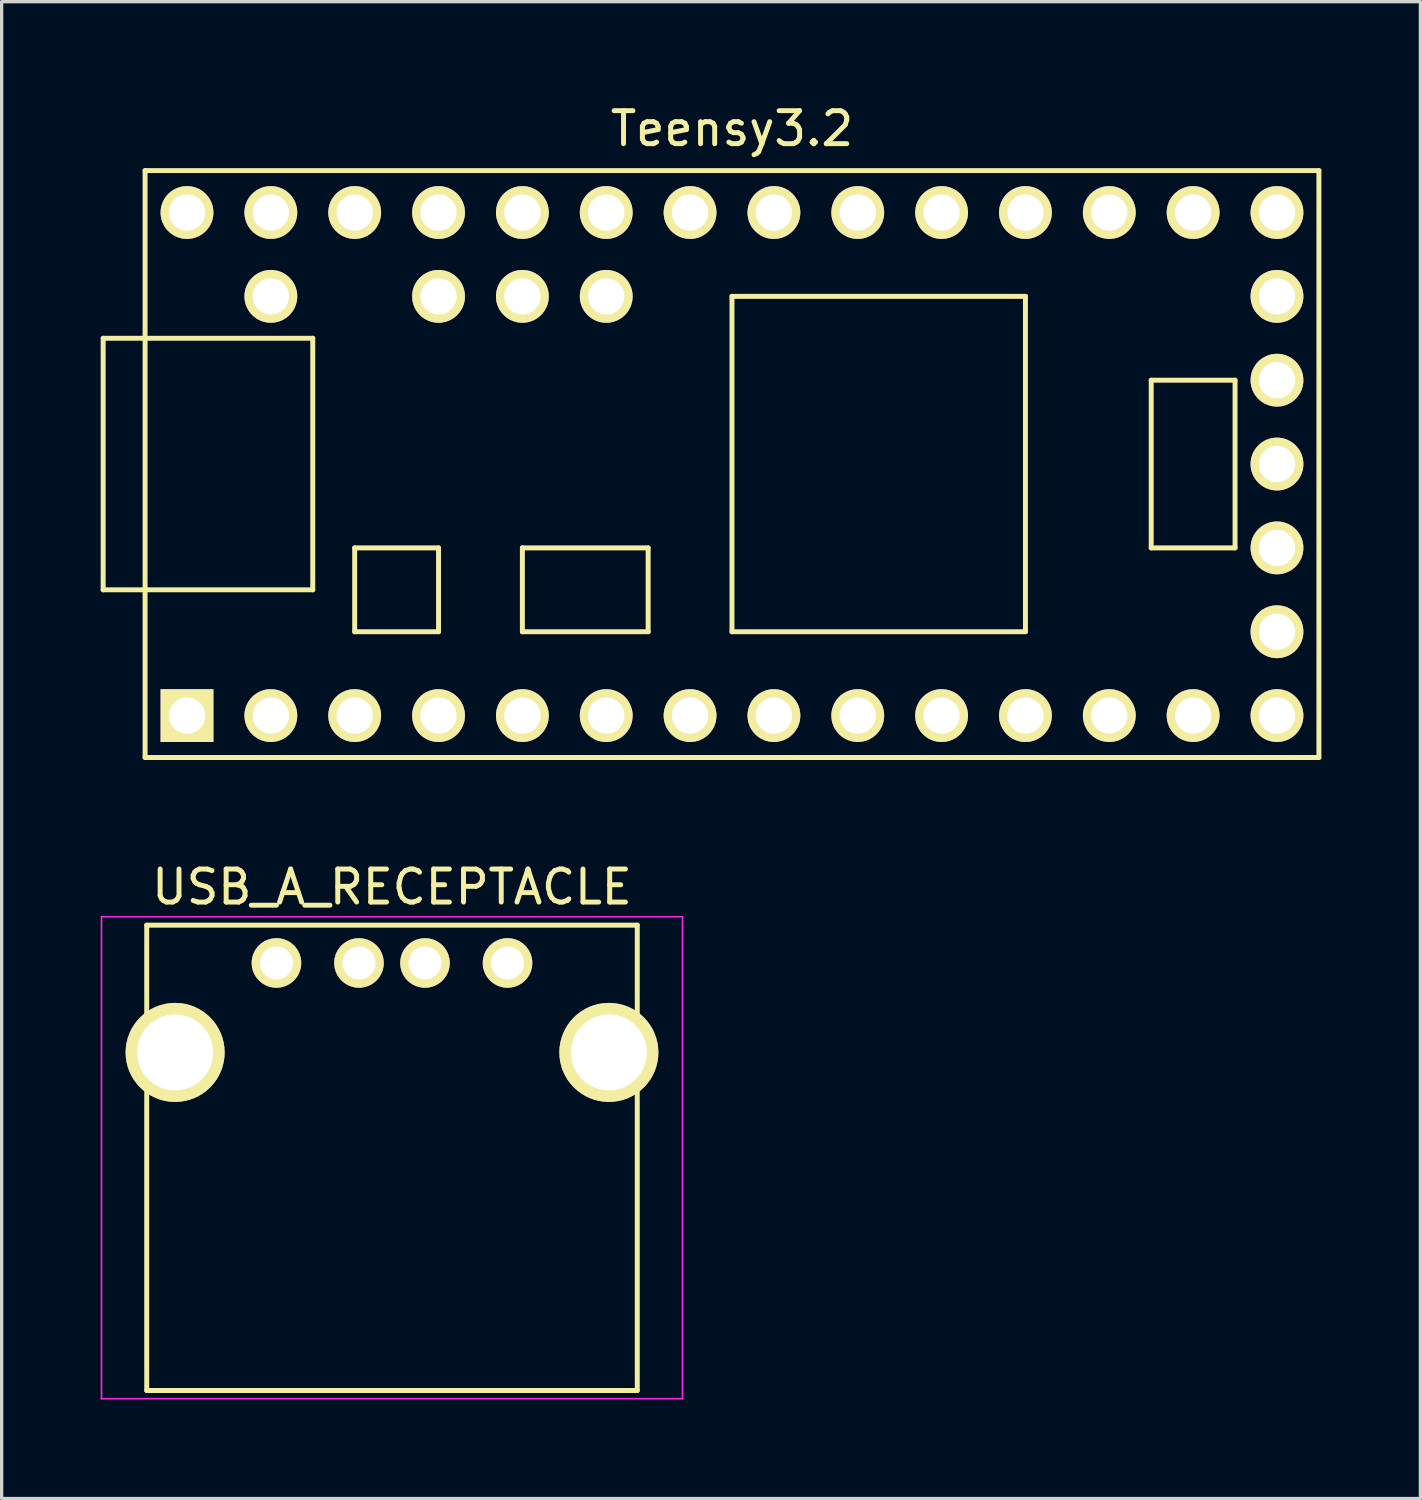
<source format=kicad_pcb>
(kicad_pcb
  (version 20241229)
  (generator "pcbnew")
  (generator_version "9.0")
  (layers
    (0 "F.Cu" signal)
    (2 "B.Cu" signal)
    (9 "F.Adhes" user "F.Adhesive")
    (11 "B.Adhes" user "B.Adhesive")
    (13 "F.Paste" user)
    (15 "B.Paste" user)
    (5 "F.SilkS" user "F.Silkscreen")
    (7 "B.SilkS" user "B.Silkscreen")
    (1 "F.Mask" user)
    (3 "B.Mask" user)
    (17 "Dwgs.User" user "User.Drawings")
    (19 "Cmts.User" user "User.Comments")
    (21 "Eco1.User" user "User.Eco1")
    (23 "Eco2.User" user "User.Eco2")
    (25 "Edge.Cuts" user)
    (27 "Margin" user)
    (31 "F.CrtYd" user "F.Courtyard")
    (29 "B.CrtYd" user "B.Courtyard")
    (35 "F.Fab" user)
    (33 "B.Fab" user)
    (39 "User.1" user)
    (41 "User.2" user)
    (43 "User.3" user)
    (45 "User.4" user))
  (footprint "Teensy3.2"
    (layer "F.Cu")
    (at 19.125 11.008)
    (property "Reference" "Teensy3.2" (at 0 -10.16 0) (layer "F.SilkS") (effects (font (size 1 1) (thickness 0.15))))
    (attr through_hole)
    (fp_line (start -19.05 -3.81) (end -17.78 -3.81) (stroke (width 0.15) (type solid)) (layer "F.SilkS"))
    (fp_line (start -19.05 3.81) (end -19.05 -3.81) (stroke (width 0.15) (type solid)) (layer "F.SilkS"))
    (fp_line (start -17.78 -8.89) (end 17.78 -8.89) (stroke (width 0.15) (type solid)) (layer "F.SilkS"))
    (fp_line (start -17.78 3.81) (end -19.05 3.81) (stroke (width 0.15) (type solid)) (layer "F.SilkS"))
    (fp_line (start -17.78 8.89) (end -17.78 -8.89) (stroke (width 0.15) (type solid)) (layer "F.SilkS"))
    (fp_line (start -12.7 -3.81) (end -17.78 -3.81) (stroke (width 0.15) (type solid)) (layer "F.SilkS"))
    (fp_line (start -12.7 3.81) (end -17.78 3.81) (stroke (width 0.15) (type solid)) (layer "F.SilkS"))
    (fp_line (start -12.7 3.81) (end -12.7 -3.81) (stroke (width 0.15) (type solid)) (layer "F.SilkS"))
    (fp_line (start -11.43 2.54) (end -11.43 5.08) (stroke (width 0.15) (type solid)) (layer "F.SilkS"))
    (fp_line (start -11.43 5.08) (end -8.89 5.08) (stroke (width 0.15) (type solid)) (layer "F.SilkS"))
    (fp_line (start -8.89 2.54) (end -11.43 2.54) (stroke (width 0.15) (type solid)) (layer "F.SilkS"))
    (fp_line (start -8.89 5.08) (end -8.89 2.54) (stroke (width 0.15) (type solid)) (layer "F.SilkS"))
    (fp_line (start -6.35 2.54) (end -6.35 5.08) (stroke (width 0.15) (type solid)) (layer "F.SilkS"))
    (fp_line (start -6.35 5.08) (end -2.54 5.08) (stroke (width 0.15) (type solid)) (layer "F.SilkS"))
    (fp_line (start -2.54 2.54) (end -6.35 2.54) (stroke (width 0.15) (type solid)) (layer "F.SilkS"))
    (fp_line (start -2.54 5.08) (end -2.54 2.54) (stroke (width 0.15) (type solid)) (layer "F.SilkS"))
    (fp_line (start 0 -5.08) (end 0 5.08) (stroke (width 0.15) (type solid)) (layer "F.SilkS"))
    (fp_line (start 8.89 -5.08) (end 0 -5.08) (stroke (width 0.15) (type solid)) (layer "F.SilkS"))
    (fp_line (start 8.89 5.08) (end 0 5.08) (stroke (width 0.15) (type solid)) (layer "F.SilkS"))
    (fp_line (start 8.89 5.08) (end 8.89 -5.08) (stroke (width 0.15) (type solid)) (layer "F.SilkS"))
    (fp_line (start 12.7 -2.54) (end 15.24 -2.54) (stroke (width 0.15) (type solid)) (layer "F.SilkS"))
    (fp_line (start 12.7 2.54) (end 12.7 -2.54) (stroke (width 0.15) (type solid)) (layer "F.SilkS"))
    (fp_line (start 15.24 -2.54) (end 15.24 2.54) (stroke (width 0.15) (type solid)) (layer "F.SilkS"))
    (fp_line (start 15.24 2.54) (end 12.7 2.54) (stroke (width 0.15) (type solid)) (layer "F.SilkS"))
    (fp_line (start 17.78 -8.89) (end 17.78 8.89) (stroke (width 0.15) (type solid)) (layer "F.SilkS"))
    (fp_line (start 17.78 8.89) (end -17.78 8.89) (stroke (width 0.15) (type solid)) (layer "F.SilkS"))
    (pad "1" thru_hole rect (at -16.51 7.62) (size 1.6 1.6) (drill 1.1) (layers "*.Cu" "*.Mask" "F.SilkS"))
    (pad "2" thru_hole circle (at -13.97 7.62) (size 1.6 1.6) (drill 1.1) (layers "*.Cu" "*.Mask" "F.SilkS"))
    (pad "3" thru_hole circle (at -11.43 7.62) (size 1.6 1.6) (drill 1.1) (layers "*.Cu" "*.Mask" "F.SilkS"))
    (pad "4" thru_hole circle (at -8.89 7.62) (size 1.6 1.6) (drill 1.1) (layers "*.Cu" "*.Mask" "F.SilkS"))
    (pad "5" thru_hole circle (at -6.35 7.62) (size 1.6 1.6) (drill 1.1) (layers "*.Cu" "*.Mask" "F.SilkS"))
    (pad "6" thru_hole circle (at -3.81 7.62) (size 1.6 1.6) (drill 1.1) (layers "*.Cu" "*.Mask" "F.SilkS"))
    (pad "7" thru_hole circle (at -1.27 7.62) (size 1.6 1.6) (drill 1.1) (layers "*.Cu" "*.Mask" "F.SilkS"))
    (pad "8" thru_hole circle (at 1.27 7.62) (size 1.6 1.6) (drill 1.1) (layers "*.Cu" "*.Mask" "F.SilkS"))
    (pad "9" thru_hole circle (at 3.81 7.62) (size 1.6 1.6) (drill 1.1) (layers "*.Cu" "*.Mask" "F.SilkS"))
    (pad "10" thru_hole circle (at 6.35 7.62) (size 1.6 1.6) (drill 1.1) (layers "*.Cu" "*.Mask" "F.SilkS"))
    (pad "11" thru_hole circle (at 8.89 7.62) (size 1.6 1.6) (drill 1.1) (layers "*.Cu" "*.Mask" "F.SilkS"))
    (pad "12" thru_hole circle (at 11.43 7.62) (size 1.6 1.6) (drill 1.1) (layers "*.Cu" "*.Mask" "F.SilkS"))
    (pad "13" thru_hole circle (at 13.97 7.62) (size 1.6 1.6) (drill 1.1) (layers "*.Cu" "*.Mask" "F.SilkS"))
    (pad "14" thru_hole circle (at 16.51 7.62) (size 1.6 1.6) (drill 1.1) (layers "*.Cu" "*.Mask" "F.SilkS"))
    (pad "15" thru_hole circle (at 16.51 5.08) (size 1.6 1.6) (drill 1.1) (layers "*.Cu" "*.Mask" "F.SilkS"))
    (pad "16" thru_hole circle (at 16.51 2.54) (size 1.6 1.6) (drill 1.1) (layers "*.Cu" "*.Mask" "F.SilkS"))
    (pad "17" thru_hole circle (at 16.51 0) (size 1.6 1.6) (drill 1.1) (layers "*.Cu" "*.Mask" "F.SilkS"))
    (pad "18" thru_hole circle (at 16.51 -2.54) (size 1.6 1.6) (drill 1.1) (layers "*.Cu" "*.Mask" "F.SilkS"))
    (pad "19" thru_hole circle (at 16.51 -5.08) (size 1.6 1.6) (drill 1.1) (layers "*.Cu" "*.Mask" "F.SilkS"))
    (pad "20" thru_hole circle (at 16.51 -7.62) (size 1.6 1.6) (drill 1.1) (layers "*.Cu" "*.Mask" "F.SilkS"))
    (pad "21" thru_hole circle (at 13.97 -7.62) (size 1.6 1.6) (drill 1.1) (layers "*.Cu" "*.Mask" "F.SilkS"))
    (pad "22" thru_hole circle (at 11.43 -7.62) (size 1.6 1.6) (drill 1.1) (layers "*.Cu" "*.Mask" "F.SilkS"))
    (pad "23" thru_hole circle (at 8.89 -7.62) (size 1.6 1.6) (drill 1.1) (layers "*.Cu" "*.Mask" "F.SilkS"))
    (pad "24" thru_hole circle (at 6.35 -7.62) (size 1.6 1.6) (drill 1.1) (layers "*.Cu" "*.Mask" "F.SilkS"))
    (pad "25" thru_hole circle (at 3.81 -7.62) (size 1.6 1.6) (drill 1.1) (layers "*.Cu" "*.Mask" "F.SilkS"))
    (pad "26" thru_hole circle (at 1.27 -7.62) (size 1.6 1.6) (drill 1.1) (layers "*.Cu" "*.Mask" "F.SilkS"))
    (pad "27" thru_hole circle (at -1.27 -7.62) (size 1.6 1.6) (drill 1.1) (layers "*.Cu" "*.Mask" "F.SilkS"))
    (pad "28" thru_hole circle (at -3.81 -7.62) (size 1.6 1.6) (drill 1.1) (layers "*.Cu" "*.Mask" "F.SilkS"))
    (pad "29" thru_hole circle (at -6.35 -7.62) (size 1.6 1.6) (drill 1.1) (layers "*.Cu" "*.Mask" "F.SilkS"))
    (pad "30" thru_hole circle (at -8.89 -7.62) (size 1.6 1.6) (drill 1.1) (layers "*.Cu" "*.Mask" "F.SilkS"))
    (pad "31" thru_hole circle (at -11.43 -7.62) (size 1.6 1.6) (drill 1.1) (layers "*.Cu" "*.Mask" "F.SilkS"))
    (pad "32" thru_hole circle (at -13.97 -7.62) (size 1.6 1.6) (drill 1.1) (layers "*.Cu" "*.Mask" "F.SilkS"))
    (pad "33" thru_hole circle (at -16.51 -7.62) (size 1.6 1.6) (drill 1.1) (layers "*.Cu" "*.Mask" "F.SilkS"))
    (pad "34" thru_hole circle (at -13.97 -5.08) (size 1.6 1.6) (drill 1.1) (layers "*.Cu" "*.Mask" "F.SilkS"))
    (pad "35" thru_hole circle (at -8.89 -5.08) (size 1.6 1.6) (drill 1.1) (layers "*.Cu" "*.Mask" "F.SilkS"))
    (pad "36" thru_hole circle (at -6.35 -5.08) (size 1.6 1.6) (drill 1.1) (layers "*.Cu" "*.Mask" "F.SilkS"))
    (pad "37" thru_hole circle (at -3.81 -5.08) (size 1.6 1.6) (drill 1.1) (layers "*.Cu" "*.Mask" "F.SilkS")))
  (footprint "USB_A_RECEPTACLE"
    (layer "F.Cu")
    (at 8.825 26.122)
    (property "Reference" "USB_A_RECEPTACLE" (at 0 -2.3 0) (layer "F.SilkS") (effects (font (size 1 1) (thickness 0.15))))
    (attr through_hole)
    (fp_line (start -7.43 12.952) (end -7.43 -1.145) (stroke (width 0.15) (type solid)) (layer "F.SilkS"))
    (fp_line (start 7.43 -1.145) (end -7.43 -1.145) (stroke (width 0.15) (type solid)) (layer "F.SilkS"))
    (fp_line (start 7.43 -1.145) (end 7.43 12.952) (stroke (width 0.15) (type solid)) (layer "F.SilkS"))
    (fp_line (start 7.43 12.952) (end -7.43 12.952) (stroke (width 0.15) (type solid)) (layer "F.SilkS"))
    (fp_line (start -8.8 -1.4) (end 8.8 -1.4) (stroke (width 0.05) (type solid)) (layer "F.CrtYd"))
    (fp_line (start -8.8 13.2) (end -8.8 -1.4) (stroke (width 0.05) (type solid)) (layer "F.CrtYd"))
    (fp_line (start -8.8 13.2) (end 8.8 13.2) (stroke (width 0.05) (type solid)) (layer "F.CrtYd"))
    (fp_line (start 8.8 -1.4) (end 8.8 13.2) (stroke (width 0.05) (type solid)) (layer "F.CrtYd"))
    (pad "1" thru_hole circle (at -3.5 0 270) (size 1.501 1.501) (drill 1.001) (layers "*.Cu" "*.Mask" "F.SilkS"))
    (pad "2" thru_hole circle (at -1 0 270) (size 1.501 1.501) (drill 1.001) (layers "*.Cu" "*.Mask" "F.SilkS"))
    (pad "3" thru_hole circle (at 1 0 270) (size 1.501 1.501) (drill 1.001) (layers "*.Cu" "*.Mask" "F.SilkS"))
    (pad "4" thru_hole circle (at 3.5 0 270) (size 1.501 1.501) (drill 1.001) (layers "*.Cu" "*.Mask" "F.SilkS"))
    (pad "5" thru_hole circle (at -6.57 2.71 270) (size 3 3) (drill 2.301) (layers "*.Cu" "*.Mask" "F.SilkS"))
    (pad "5" thru_hole circle (at 6.57 2.71 270) (size 3 3) (drill 2.301) (layers "*.Cu" "*.Mask" "F.SilkS")))
  (gr_rect
    (start -3 -3)
    (end 39.98 42.346)
    (stroke (width 0.1) (type default))
    (fill no)
    (layer "Edge.Cuts")))
</source>
